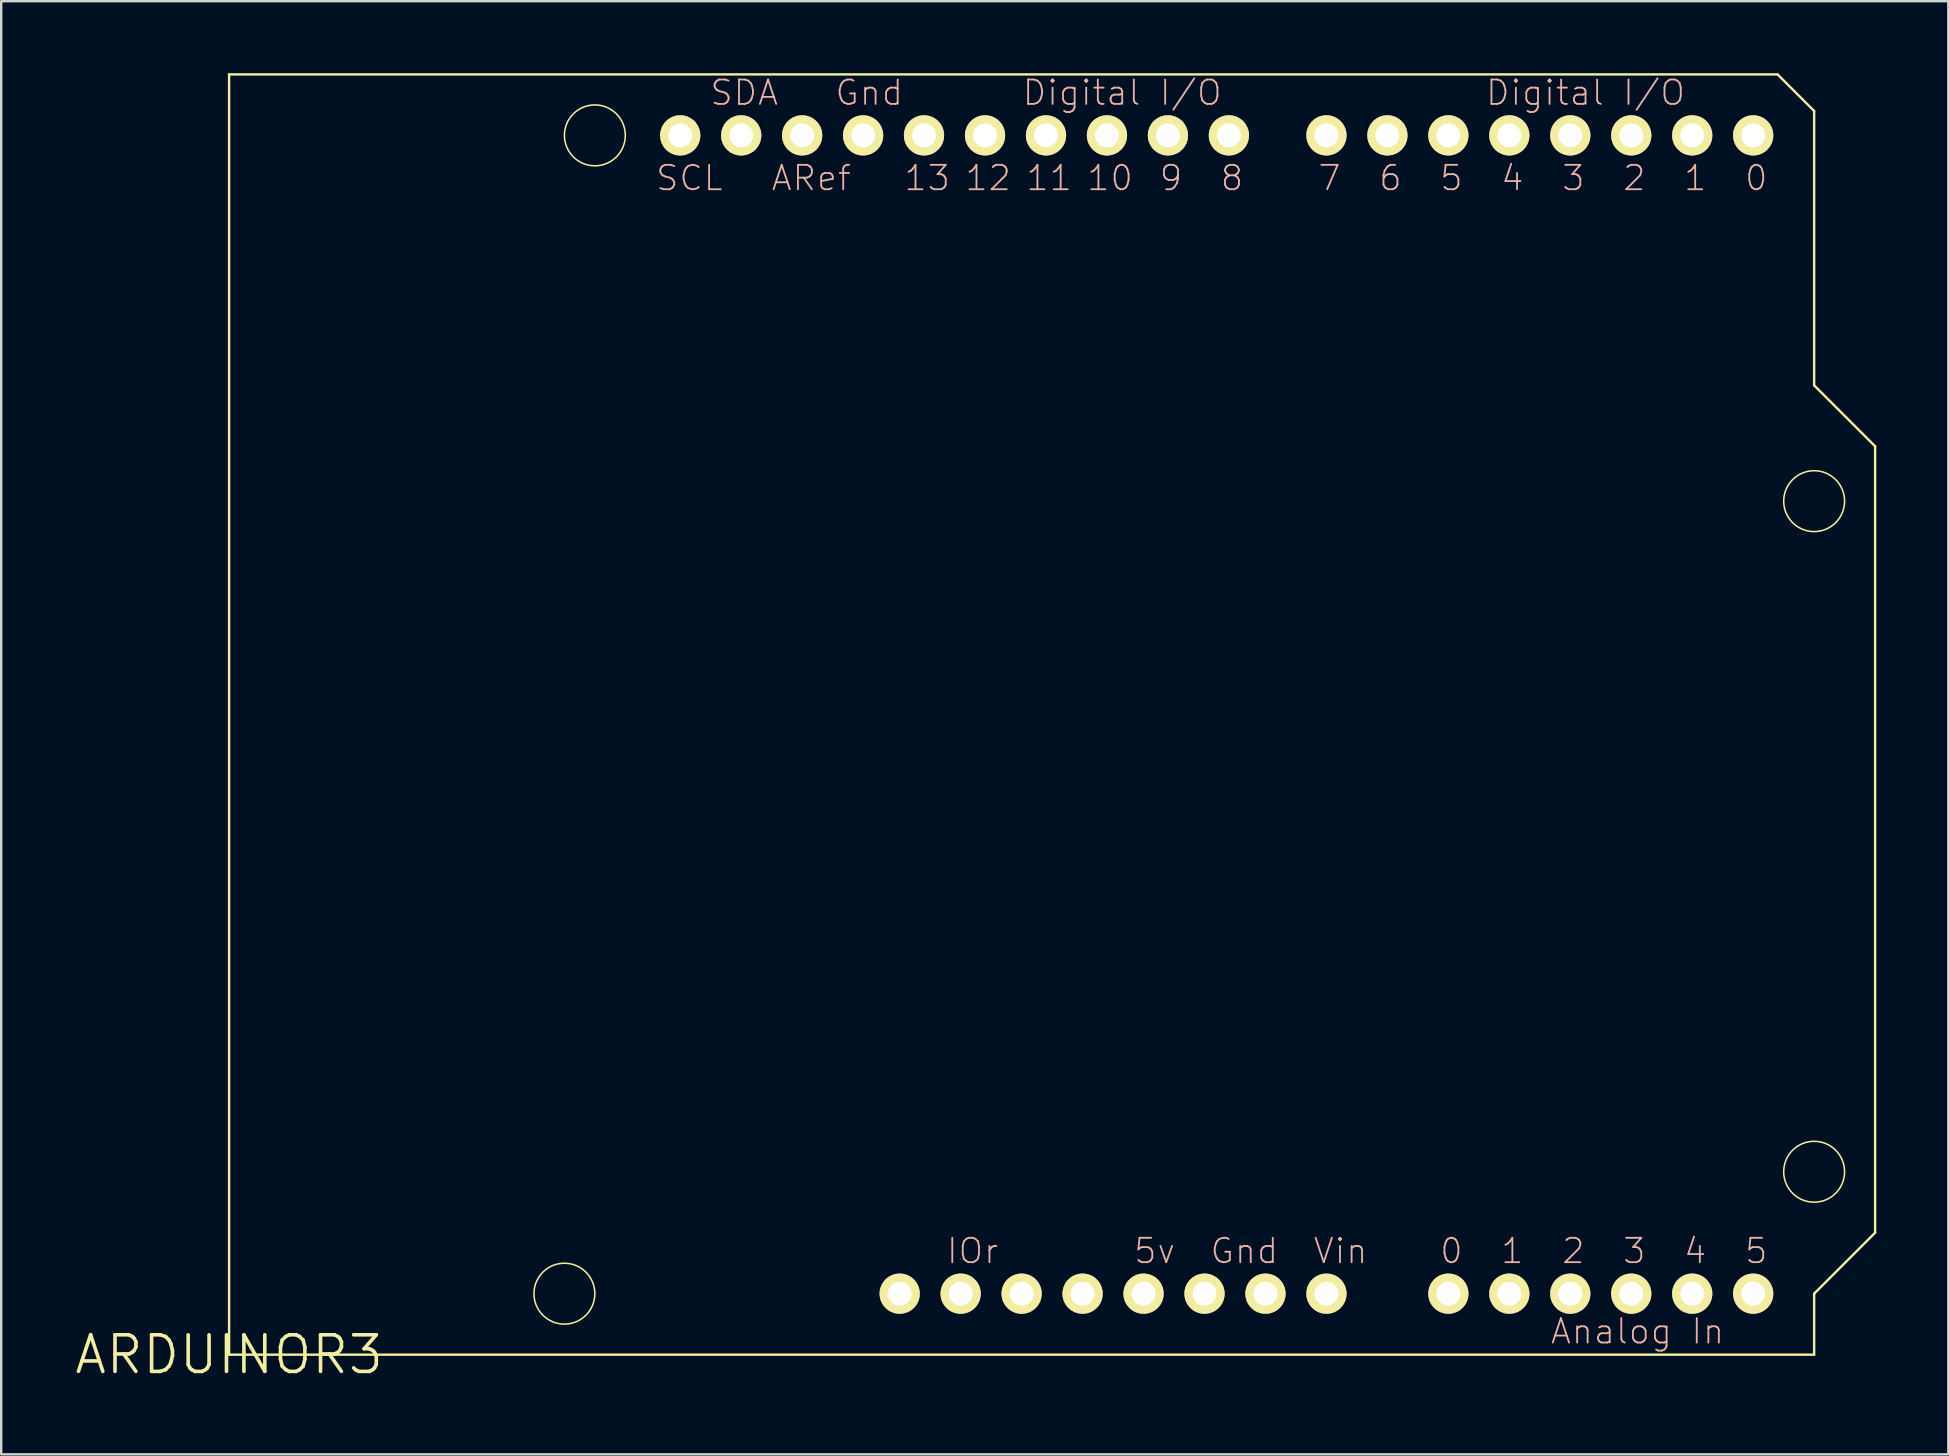
<source format=kicad_pcb>
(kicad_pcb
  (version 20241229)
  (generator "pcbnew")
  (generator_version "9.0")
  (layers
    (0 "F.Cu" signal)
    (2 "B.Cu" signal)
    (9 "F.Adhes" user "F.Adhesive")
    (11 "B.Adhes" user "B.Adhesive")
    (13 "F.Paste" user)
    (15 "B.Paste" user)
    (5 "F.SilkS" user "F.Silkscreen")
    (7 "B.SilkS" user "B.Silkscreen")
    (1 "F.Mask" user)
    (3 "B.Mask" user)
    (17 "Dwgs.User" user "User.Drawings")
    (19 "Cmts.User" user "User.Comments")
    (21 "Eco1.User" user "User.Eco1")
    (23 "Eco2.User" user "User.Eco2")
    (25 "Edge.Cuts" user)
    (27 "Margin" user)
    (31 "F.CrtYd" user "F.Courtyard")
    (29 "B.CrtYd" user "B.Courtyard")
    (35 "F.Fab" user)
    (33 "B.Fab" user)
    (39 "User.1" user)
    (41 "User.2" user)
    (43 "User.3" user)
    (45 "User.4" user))
  (footprint "ARDUINOR3"
    (layer "F.Cu")
    (at 6.495 53.39)
    (property "Reference" "ARDUINOR3" (at 0 0 0) (layer "F.SilkS") (effects (font (size 1.524 1.524) (thickness 0.15))))
    (attr exclude_from_pos_files exclude_from_bom)
    (fp_line (start 0 -53.34) (end 0 0) (stroke (width 0.1) (type solid)) (layer "F.SilkS"))
    (fp_line (start 0 0) (end 66.04 0) (stroke (width 0.1) (type solid)) (layer "F.SilkS"))
    (fp_line (start 64.516 -53.34) (end 0 -53.34) (stroke (width 0.1) (type solid)) (layer "F.SilkS"))
    (fp_line (start 66.04 -51.816) (end 64.516 -53.34) (stroke (width 0.1) (type solid)) (layer "F.SilkS"))
    (fp_line (start 66.04 -40.386) (end 66.04 -51.816) (stroke (width 0.1) (type solid)) (layer "F.SilkS"))
    (fp_line (start 66.04 -2.54) (end 68.58 -5.08) (stroke (width 0.1) (type solid)) (layer "F.SilkS"))
    (fp_line (start 66.04 0) (end 66.04 -2.54) (stroke (width 0.1) (type solid)) (layer "F.SilkS"))
    (fp_line (start 68.58 -37.846) (end 66.04 -40.386) (stroke (width 0.1) (type solid)) (layer "F.SilkS"))
    (fp_line (start 68.58 -5.08) (end 68.58 -37.846) (stroke (width 0.1) (type solid)) (layer "F.SilkS"))
    (fp_circle (center 13.97 -2.54) (end 14.867 -3.437) (stroke (width 0.064) (type solid)) (fill no) (layer "F.SilkS"))
    (fp_circle (center 15.24 -50.8) (end 16.137 -51.697) (stroke (width 0.064) (type solid)) (fill no) (layer "F.SilkS"))
    (fp_circle (center 66.04 -35.56) (end 66.937 -36.457) (stroke (width 0.064) (type solid)) (fill no) (layer "F.SilkS"))
    (fp_circle (center 66.04 -7.62) (end 66.937 -8.517) (stroke (width 0.064) (type solid)) (fill no) (layer "F.SilkS"))
    (fp_text user "Gnd" (at 26.67 -52.578 0) (layer "B.SilkS") (effects (font (size 1.016 1.016) (thickness 0.076))))
    (fp_text user "4" (at 61.084 -4.318 0) (layer "B.SilkS") (effects (font (size 1.016 1.016) (thickness 0.076))))
    (fp_text user "3" (at 56.007 -49.022 180) (layer "B.SilkS") (effects (font (size 1.016 1.016) (thickness 0.076))))
    (fp_text user "11" (at 34.163 -49.022 180) (layer "B.SilkS") (effects (font (size 1.016 1.016) (thickness 0.076))))
    (fp_text user "ARef" (at 24.257 -49.022 0) (layer "B.SilkS") (effects (font (size 1.016 1.016) (thickness 0.076))))
    (fp_text user "6" (at 48.387 -49.022 180) (layer "B.SilkS") (effects (font (size 1.016 1.016) (thickness 0.076))))
    (fp_text user "7" (at 45.847 -49.022 180) (layer "B.SilkS") (effects (font (size 1.016 1.016) (thickness 0.076))))
    (fp_text user "0" (at 50.927 -4.318 0) (layer "B.SilkS") (effects (font (size 1.016 1.016) (thickness 0.076))))
    (fp_text user "5v" (at 38.562 -4.318 0) (layer "B.SilkS") (effects (font (size 1.016 1.016) (thickness 0.076))))
    (fp_text user "13" (at 29.083 -49.022 180) (layer "B.SilkS") (effects (font (size 1.016 1.016) (thickness 0.076))))
    (fp_text user "Digital I/O" (at 56.515 -52.578 0) (layer "B.SilkS") (effects (font (size 1.016 1.016) (thickness 0.076))))
    (fp_text user "Gnd" (at 42.299 -4.318 0) (layer "B.SilkS") (effects (font (size 1.016 1.016) (thickness 0.076))))
    (fp_text user "10" (at 36.703 -49.022 180) (layer "B.SilkS") (effects (font (size 1.016 1.016) (thickness 0.076))))
    (fp_text user "Analog In" (at 58.682 -0.97 0) (layer "B.SilkS") (effects (font (size 1.016 1.016) (thickness 0.076))))
    (fp_text user "5" (at 50.927 -49.022 180) (layer "B.SilkS") (effects (font (size 1.016 1.016) (thickness 0.076))))
    (fp_text user "1" (at 53.467 -4.318 0) (layer "B.SilkS") (effects (font (size 1.016 1.016) (thickness 0.076))))
    (fp_text user "12" (at 31.623 -49.022 180) (layer "B.SilkS") (effects (font (size 1.016 1.016) (thickness 0.076))))
    (fp_text user "2" (at 58.547 -49.022 180) (layer "B.SilkS") (effects (font (size 1.016 1.016) (thickness 0.076))))
    (fp_text user "5" (at 63.627 -4.318 0) (layer "B.SilkS") (effects (font (size 1.016 1.016) (thickness 0.076))))
    (fp_text user "Vin" (at 46.309 -4.318 0) (layer "B.SilkS") (effects (font (size 1.016 1.016) (thickness 0.076))))
    (fp_text user "1" (at 61.084 -49.022 180) (layer "B.SilkS") (effects (font (size 1.016 1.016) (thickness 0.076))))
    (fp_text user "4" (at 53.467 -49.022 180) (layer "B.SilkS") (effects (font (size 1.016 1.016) (thickness 0.076))))
    (fp_text user "IOr" (at 30.978 -4.318 0) (layer "B.SilkS") (effects (font (size 1.016 1.016) (thickness 0.076))))
    (fp_text user "0" (at 63.627 -49.022 180) (layer "B.SilkS") (effects (font (size 1.016 1.016) (thickness 0.076))))
    (fp_text user "SDA" (at 21.463 -52.578 0) (layer "B.SilkS") (effects (font (size 1.016 1.016) (thickness 0.076))))
    (fp_text user "SCL" (at 19.177 -49.022 0) (layer "B.SilkS") (effects (font (size 1.016 1.016) (thickness 0.076))))
    (fp_text user "8" (at 41.783 -49.022 180) (layer "B.SilkS") (effects (font (size 1.016 1.016) (thickness 0.076))))
    (fp_text user "3" (at 58.547 -4.318 0) (layer "B.SilkS") (effects (font (size 1.016 1.016) (thickness 0.076))))
    (fp_text user "9" (at 39.243 -49.022 180) (layer "B.SilkS") (effects (font (size 1.016 1.016) (thickness 0.076))))
    (fp_text user "2" (at 56.007 -4.318 0) (layer "B.SilkS") (effects (font (size 1.016 1.016) (thickness 0.076))))
    (fp_text user "Digital I/O" (at 37.211 -52.578 0) (layer "B.SilkS") (effects (font (size 1.016 1.016) (thickness 0.076))))
    (pad "3V" thru_hole circle (at 35.56 -2.54) (size 1.676 1.676) (drill 0.998) (layers "*.Cu" "F.Mask" "F.SilkS" "F.Paste"))
    (pad "5V" thru_hole circle (at 38.1 -2.54) (size 1.676 1.676) (drill 0.998) (layers "*.Cu" "F.Mask" "F.SilkS" "F.Paste"))
    (pad "A0" thru_hole circle (at 50.8 -2.54) (size 1.676 1.676) (drill 0.998) (layers "*.Cu" "F.Mask" "F.SilkS" "F.Paste"))
    (pad "A1" thru_hole circle (at 53.34 -2.54) (size 1.676 1.676) (drill 0.998) (layers "*.Cu" "F.Mask" "F.SilkS" "F.Paste"))
    (pad "A2" thru_hole circle (at 55.88 -2.54) (size 1.676 1.676) (drill 0.998) (layers "*.Cu" "F.Mask" "F.SilkS" "F.Paste"))
    (pad "A3" thru_hole circle (at 58.42 -2.54) (size 1.676 1.676) (drill 0.998) (layers "*.Cu" "F.Mask" "F.SilkS" "F.Paste"))
    (pad "A4" thru_hole circle (at 60.96 -2.54) (size 1.676 1.676) (drill 0.998) (layers "*.Cu" "F.Mask" "F.SilkS" "F.Paste"))
    (pad "A5" thru_hole circle (at 63.5 -2.54) (size 1.676 1.676) (drill 0.998) (layers "*.Cu" "F.Mask" "F.SilkS" "F.Paste"))
    (pad "AREF" thru_hole circle (at 23.876 -50.8) (size 1.676 1.676) (drill 0.998) (layers "*.Cu" "F.Mask" "F.SilkS" "F.Paste"))
    (pad "D0" thru_hole circle (at 63.5 -50.8) (size 1.676 1.676) (drill 0.998) (layers "*.Cu" "F.Mask" "F.SilkS" "F.Paste"))
    (pad "D1" thru_hole circle (at 60.96 -50.8) (size 1.676 1.676) (drill 0.998) (layers "*.Cu" "F.Mask" "F.SilkS" "F.Paste"))
    (pad "D2" thru_hole circle (at 58.42 -50.8) (size 1.676 1.676) (drill 0.998) (layers "*.Cu" "F.Mask" "F.SilkS" "F.Paste"))
    (pad "D3" thru_hole circle (at 55.88 -50.8) (size 1.676 1.676) (drill 0.998) (layers "*.Cu" "F.Mask" "F.SilkS" "F.Paste"))
    (pad "D4" thru_hole circle (at 53.34 -50.8) (size 1.676 1.676) (drill 0.998) (layers "*.Cu" "F.Mask" "F.SilkS" "F.Paste"))
    (pad "D5" thru_hole circle (at 50.8 -50.8) (size 1.676 1.676) (drill 0.998) (layers "*.Cu" "F.Mask" "F.SilkS" "F.Paste"))
    (pad "D6" thru_hole circle (at 48.26 -50.8) (size 1.676 1.676) (drill 0.998) (layers "*.Cu" "F.Mask" "F.SilkS" "F.Paste"))
    (pad "D7" thru_hole circle (at 45.72 -50.8) (size 1.676 1.676) (drill 0.998) (layers "*.Cu" "F.Mask" "F.SilkS" "F.Paste"))
    (pad "D8" thru_hole circle (at 41.656 -50.8) (size 1.676 1.676) (drill 0.998) (layers "*.Cu" "F.Mask" "F.SilkS" "F.Paste"))
    (pad "D9" thru_hole circle (at 39.116 -50.8) (size 1.676 1.676) (drill 0.998) (layers "*.Cu" "F.Mask" "F.SilkS" "F.Paste"))
    (pad "D10" thru_hole circle (at 36.576 -50.8) (size 1.676 1.676) (drill 0.998) (layers "*.Cu" "F.Mask" "F.SilkS" "F.Paste"))
    (pad "D11" thru_hole circle (at 34.036 -50.8) (size 1.676 1.676) (drill 0.998) (layers "*.Cu" "F.Mask" "F.SilkS" "F.Paste"))
    (pad "D12" thru_hole circle (at 31.496 -50.8) (size 1.676 1.676) (drill 0.998) (layers "*.Cu" "F.Mask" "F.SilkS" "F.Paste"))
    (pad "D13" thru_hole circle (at 28.953 -50.8) (size 1.676 1.676) (drill 0.998) (layers "*.Cu" "F.Mask" "F.SilkS" "F.Paste"))
    (pad "GND" thru_hole circle (at 26.416 -50.8) (size 1.676 1.676) (drill 0.998) (layers "*.Cu" "F.Mask" "F.SilkS" "F.Paste"))
    (pad "GND1" thru_hole circle (at 43.18 -2.54) (size 1.676 1.676) (drill 0.998) (layers "*.Cu" "F.Mask" "F.SilkS" "F.Paste"))
    (pad "GND2" thru_hole circle (at 40.64 -2.54) (size 1.676 1.676) (drill 0.998) (layers "*.Cu" "F.Mask" "F.SilkS" "F.Paste"))
    (pad "IORE" thru_hole circle (at 30.48 -2.54) (size 1.676 1.676) (drill 0.998) (layers "*.Cu" "F.Mask" "F.SilkS" "F.Paste"))
    (pad "RESE" thru_hole circle (at 27.94 -2.54) (size 1.676 1.676) (drill 0.998) (layers "*.Cu" "F.Mask" "F.SilkS" "F.Paste"))
    (pad "RESE" thru_hole circle (at 33.02 -2.54) (size 1.676 1.676) (drill 0.998) (layers "*.Cu" "F.Mask" "F.SilkS" "F.Paste"))
    (pad "SCL" thru_hole circle (at 18.796 -50.8) (size 1.676 1.676) (drill 0.998) (layers "*.Cu" "F.Mask" "F.SilkS" "F.Paste"))
    (pad "SDA" thru_hole circle (at 21.336 -50.8) (size 1.676 1.676) (drill 0.998) (layers "*.Cu" "F.Mask" "F.SilkS" "F.Paste"))
    (pad "VIN" thru_hole circle (at 45.72 -2.54) (size 1.676 1.676) (drill 0.998) (layers "*.Cu" "F.Mask" "F.SilkS" "F.Paste")))
  (gr_rect
    (start -3 -3)
    (end 78.125 57.545)
    (stroke (width 0.1) (type default))
    (fill no)
    (layer "Edge.Cuts")))
</source>
